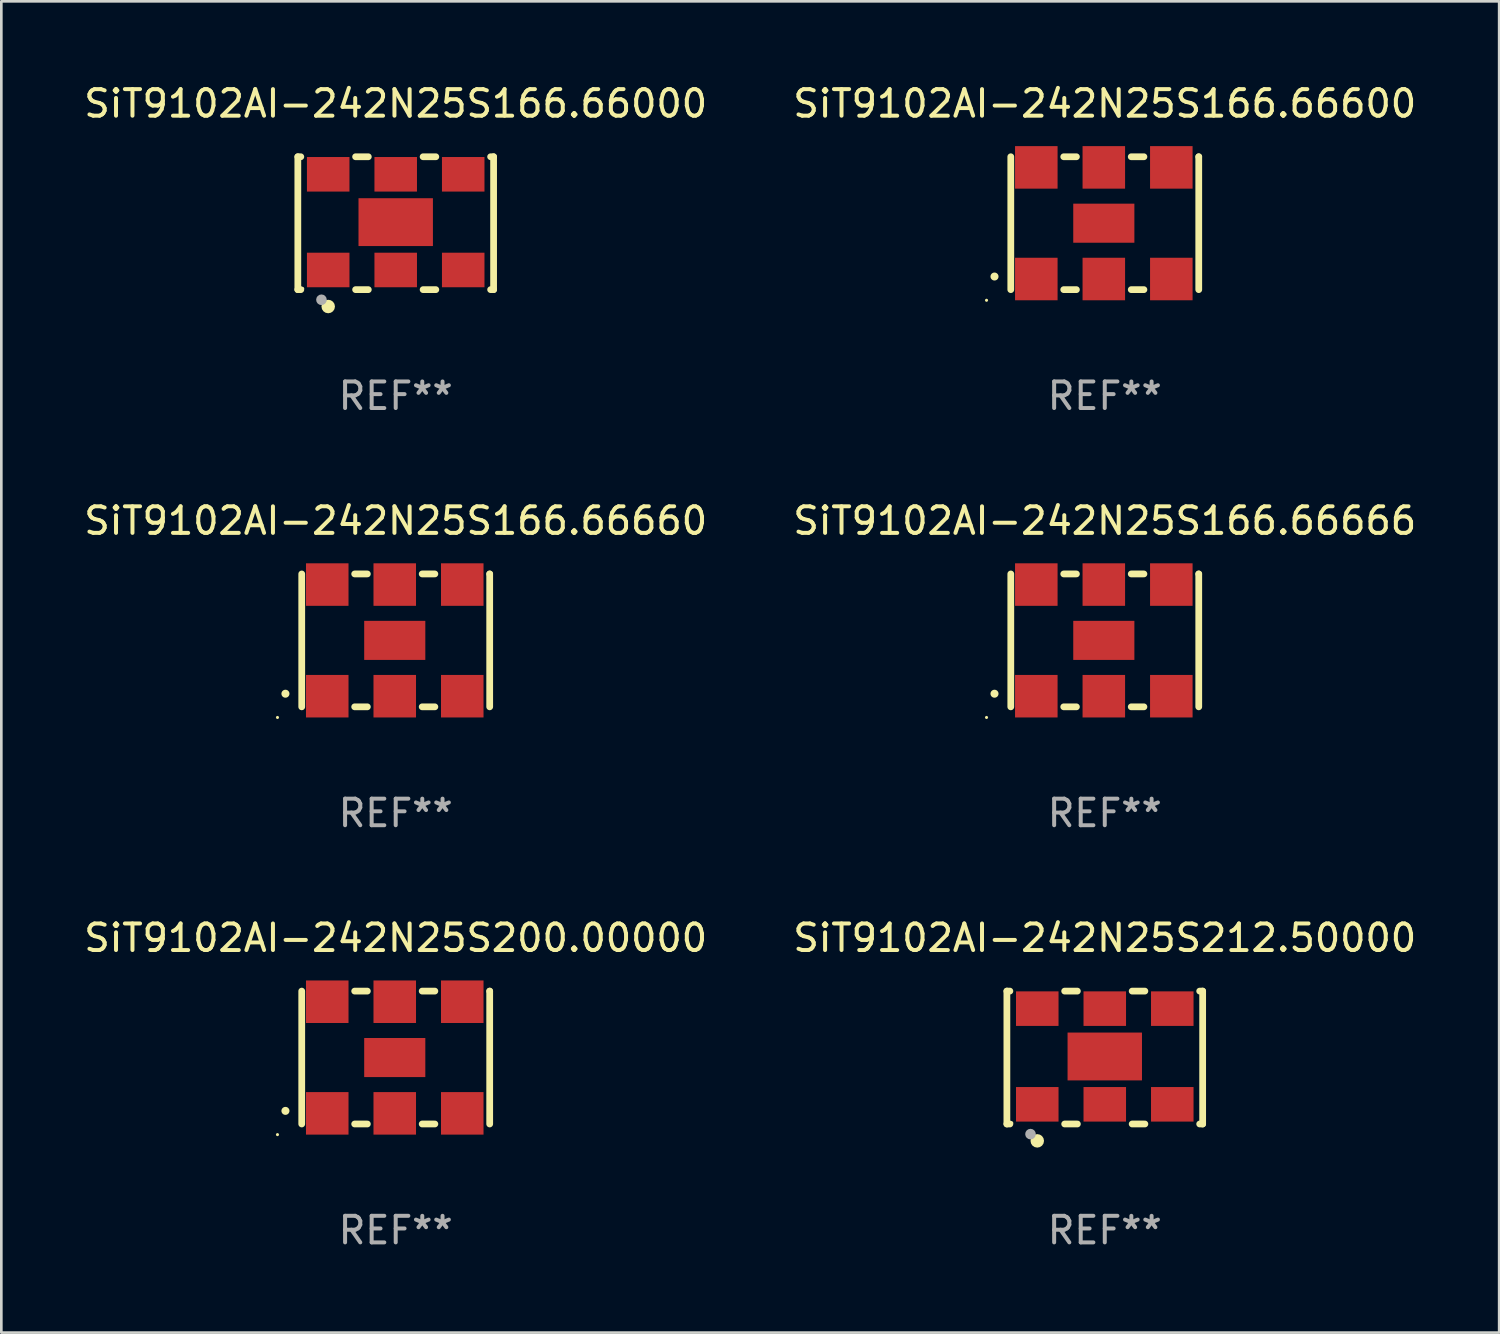
<source format=kicad_pcb>
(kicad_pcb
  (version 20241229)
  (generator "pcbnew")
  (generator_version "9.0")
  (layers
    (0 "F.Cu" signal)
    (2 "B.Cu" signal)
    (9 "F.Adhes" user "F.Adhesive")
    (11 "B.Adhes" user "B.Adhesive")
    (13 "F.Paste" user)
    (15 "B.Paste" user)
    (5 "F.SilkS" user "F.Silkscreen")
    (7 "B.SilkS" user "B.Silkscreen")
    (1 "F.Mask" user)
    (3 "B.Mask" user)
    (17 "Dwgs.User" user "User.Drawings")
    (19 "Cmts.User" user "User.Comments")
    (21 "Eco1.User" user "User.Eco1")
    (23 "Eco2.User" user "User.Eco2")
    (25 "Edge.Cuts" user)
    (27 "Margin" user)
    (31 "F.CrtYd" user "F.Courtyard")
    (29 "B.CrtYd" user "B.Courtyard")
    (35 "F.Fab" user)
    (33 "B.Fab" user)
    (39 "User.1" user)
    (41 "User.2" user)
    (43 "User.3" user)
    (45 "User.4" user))
  (footprint "SiT9102AI-242N25S166.66660"
    (layer "F.Cu")
    (at 11.839 21.045)
    (property "Reference" "SiT9102AI-242N25S166.66660" (at 0 -4.5 0) (layer "F.SilkS") (effects (font (size 1 1) (thickness 0.15))))
    (attr through_hole)
    (fp_line (start -3.536 -2.5) (end -3.536 2.5) (stroke (width 0.254) (type solid)) (layer "F.SilkS"))
    (fp_line (start -1.544 2.5) (end -1.067 2.5) (stroke (width 0.254) (type solid)) (layer "F.SilkS"))
    (fp_line (start -1.067 -2.5) (end -1.544 -2.5) (stroke (width 0.254) (type solid)) (layer "F.SilkS"))
    (fp_line (start 0.996 2.5) (end 1.473 2.5) (stroke (width 0.254) (type solid)) (layer "F.SilkS"))
    (fp_line (start 1.473 -2.5) (end 0.996 -2.5) (stroke (width 0.254) (type solid)) (layer "F.SilkS"))
    (fp_line (start 3.536 -2.5) (end 3.536 -2.5) (stroke (width 0.254) (type solid)) (layer "F.SilkS"))
    (fp_line (start 3.536 2.5) (end 3.536 -2.5) (stroke (width 0.254) (type solid)) (layer "F.SilkS"))
    (fp_arc (start -4.150432 2.006604) (mid -4.149162 2.006599) (end -4.147892 2.006604) (stroke (width 0.3) (type solid)) (layer "F.SilkS"))
    (fp_circle (center -4.449 2.9) (end -4.419 2.9) (stroke (width 0.06) (type solid)) (fill no) (layer "F.SilkS"))
    (fp_text user "REF**" (at 0 6.5 0) (layer "F.Fab") (effects (font (size 1 1) (thickness 0.15))))
    (pad "1" smd rect (at -2.576 2.1) (size 1.6 1.6) (layers "F.Cu" "F.Mask" "F.Paste"))
    (pad "2" smd rect (at -0.036 2.1) (size 1.6 1.6) (layers "F.Cu" "F.Mask" "F.Paste"))
    (pad "3" smd rect (at 2.504 2.1) (size 1.6 1.6) (layers "F.Cu" "F.Mask" "F.Paste"))
    (pad "4" smd rect (at 2.504 -2.1) (size 1.6 1.6) (layers "F.Cu" "F.Mask" "F.Paste"))
    (pad "5" smd rect (at -0.036 -2.1) (size 1.6 1.6) (layers "F.Cu" "F.Mask" "F.Paste"))
    (pad "6" smd rect (at -2.576 -2.1) (size 1.6 1.6) (layers "F.Cu" "F.Mask" "F.Paste"))
    (pad "7" smd rect (at -0.036 0) (size 2.3 1.47) (layers "F.Cu" "F.Mask" "F.Paste")))
  (footprint "SiT9102AI-242N25S166.66600"
    (layer "F.Cu")
    (at 38.518 5.348)
    (property "Reference" "SiT9102AI-242N25S166.66600" (at 0 -4.5 0) (layer "F.SilkS") (effects (font (size 1 1) (thickness 0.15))))
    (attr through_hole)
    (fp_line (start -3.536 -2.5) (end -3.536 2.5) (stroke (width 0.254) (type solid)) (layer "F.SilkS"))
    (fp_line (start -1.544 2.5) (end -1.067 2.5) (stroke (width 0.254) (type solid)) (layer "F.SilkS"))
    (fp_line (start -1.067 -2.5) (end -1.544 -2.5) (stroke (width 0.254) (type solid)) (layer "F.SilkS"))
    (fp_line (start 0.996 2.5) (end 1.473 2.5) (stroke (width 0.254) (type solid)) (layer "F.SilkS"))
    (fp_line (start 1.473 -2.5) (end 0.996 -2.5) (stroke (width 0.254) (type solid)) (layer "F.SilkS"))
    (fp_line (start 3.536 -2.5) (end 3.536 -2.5) (stroke (width 0.254) (type solid)) (layer "F.SilkS"))
    (fp_line (start 3.536 2.5) (end 3.536 -2.5) (stroke (width 0.254) (type solid)) (layer "F.SilkS"))
    (fp_arc (start -4.150432 2.006604) (mid -4.149162 2.006599) (end -4.147892 2.006604) (stroke (width 0.3) (type solid)) (layer "F.SilkS"))
    (fp_circle (center -4.449 2.9) (end -4.419 2.9) (stroke (width 0.06) (type solid)) (fill no) (layer "F.SilkS"))
    (fp_text user "REF**" (at 0 6.5 0) (layer "F.Fab") (effects (font (size 1 1) (thickness 0.15))))
    (pad "1" smd rect (at -2.576 2.1) (size 1.6 1.6) (layers "F.Cu" "F.Mask" "F.Paste"))
    (pad "2" smd rect (at -0.036 2.1) (size 1.6 1.6) (layers "F.Cu" "F.Mask" "F.Paste"))
    (pad "3" smd rect (at 2.504 2.1) (size 1.6 1.6) (layers "F.Cu" "F.Mask" "F.Paste"))
    (pad "4" smd rect (at 2.504 -2.1) (size 1.6 1.6) (layers "F.Cu" "F.Mask" "F.Paste"))
    (pad "5" smd rect (at -0.036 -2.1) (size 1.6 1.6) (layers "F.Cu" "F.Mask" "F.Paste"))
    (pad "6" smd rect (at -2.576 -2.1) (size 1.6 1.6) (layers "F.Cu" "F.Mask" "F.Paste"))
    (pad "7" smd rect (at -0.036 0) (size 2.3 1.47) (layers "F.Cu" "F.Mask" "F.Paste")))
  (footprint "SiT9102AI-242N25S166.66000"
    (layer "F.Cu")
    (at 11.839 5.348)
    (property "Reference" "SiT9102AI-242N25S166.66000" (at 0 -4.5 0) (layer "F.SilkS") (effects (font (size 1 1) (thickness 0.15))))
    (attr through_hole)
    (fp_line (start -3.683 -2.5) (end -3.571 -2.5) (stroke (width 0.254) (type solid)) (layer "F.SilkS"))
    (fp_line (start -3.683 2.5) (end -3.683 -2.5) (stroke (width 0.254) (type solid)) (layer "F.SilkS"))
    (fp_line (start -3.683 2.5) (end -3.571 2.5) (stroke (width 0.254) (type solid)) (layer "F.SilkS"))
    (fp_line (start -1.509 -2.5) (end -1.031 -2.5) (stroke (width 0.254) (type solid)) (layer "F.SilkS"))
    (fp_line (start -1.509 2.5) (end -1.031 2.5) (stroke (width 0.254) (type solid)) (layer "F.SilkS"))
    (fp_line (start 1.031 -2.5) (end 1.509 -2.5) (stroke (width 0.254) (type solid)) (layer "F.SilkS"))
    (fp_line (start 1.031 2.5) (end 1.509 2.5) (stroke (width 0.254) (type solid)) (layer "F.SilkS"))
    (fp_line (start 3.571 -2.5) (end 3.683 -2.5) (stroke (width 0.254) (type solid)) (layer "F.SilkS"))
    (fp_line (start 3.571 2.5) (end 3.683 2.5) (stroke (width 0.254) (type solid)) (layer "F.SilkS"))
    (fp_line (start 3.683 2.5) (end 3.683 -2.5) (stroke (width 0.254) (type solid)) (layer "F.SilkS"))
    (fp_circle (center -3.5 2.46) (end -3.47 2.46) (stroke (width 0.06) (type solid)) (fill no) (layer "F.SilkS"))
    (fp_circle (center -2.54 3.135) (end -2.413 3.135) (stroke (width 0.254) (type solid)) (fill no) (layer "F.SilkS"))
    (fp_circle (center -2.794 2.881) (end -2.694 2.881) (stroke (width 0.2) (type solid)) (fill no) (layer "F.Fab"))
    (fp_text user "REF**" (at 0 6.5 0) (layer "F.Fab") (effects (font (size 1 1) (thickness 0.15))))
    (pad "1" smd rect (at -2.54 1.76) (size 1.6 1.3) (layers "F.Cu" "F.Mask" "F.Paste"))
    (pad "2" smd rect (at 0 1.76) (size 1.6 1.3) (layers "F.Cu" "F.Mask" "F.Paste"))
    (pad "3" smd rect (at 2.54 1.76) (size 1.6 1.3) (layers "F.Cu" "F.Mask" "F.Paste"))
    (pad "4" smd rect (at 2.54 -1.84) (size 1.6 1.3) (layers "F.Cu" "F.Mask" "F.Paste"))
    (pad "5" smd rect (at 0 -1.84) (size 1.6 1.3) (layers "F.Cu" "F.Mask" "F.Paste"))
    (pad "6" smd rect (at -2.54 -1.84) (size 1.6 1.3) (layers "F.Cu" "F.Mask" "F.Paste"))
    (pad "7" smd rect (at 0 -0.04) (size 2.8 1.8) (layers "F.Cu" "F.Mask" "F.Paste")))
  (footprint "SiT9102AI-242N25S212.50000"
    (layer "F.Cu")
    (at 38.518 36.741)
    (property "Reference" "SiT9102AI-242N25S212.50000" (at 0 -4.5 0) (layer "F.SilkS") (effects (font (size 1 1) (thickness 0.15))))
    (attr through_hole)
    (fp_line (start -3.683 -2.5) (end -3.571 -2.5) (stroke (width 0.254) (type solid)) (layer "F.SilkS"))
    (fp_line (start -3.683 2.5) (end -3.683 -2.5) (stroke (width 0.254) (type solid)) (layer "F.SilkS"))
    (fp_line (start -3.683 2.5) (end -3.571 2.5) (stroke (width 0.254) (type solid)) (layer "F.SilkS"))
    (fp_line (start -1.509 -2.5) (end -1.031 -2.5) (stroke (width 0.254) (type solid)) (layer "F.SilkS"))
    (fp_line (start -1.509 2.5) (end -1.031 2.5) (stroke (width 0.254) (type solid)) (layer "F.SilkS"))
    (fp_line (start 1.031 -2.5) (end 1.509 -2.5) (stroke (width 0.254) (type solid)) (layer "F.SilkS"))
    (fp_line (start 1.031 2.5) (end 1.509 2.5) (stroke (width 0.254) (type solid)) (layer "F.SilkS"))
    (fp_line (start 3.571 -2.5) (end 3.683 -2.5) (stroke (width 0.254) (type solid)) (layer "F.SilkS"))
    (fp_line (start 3.571 2.5) (end 3.683 2.5) (stroke (width 0.254) (type solid)) (layer "F.SilkS"))
    (fp_line (start 3.683 2.5) (end 3.683 -2.5) (stroke (width 0.254) (type solid)) (layer "F.SilkS"))
    (fp_circle (center -3.5 2.46) (end -3.47 2.46) (stroke (width 0.06) (type solid)) (fill no) (layer "F.SilkS"))
    (fp_circle (center -2.54 3.135) (end -2.413 3.135) (stroke (width 0.254) (type solid)) (fill no) (layer "F.SilkS"))
    (fp_circle (center -2.794 2.881) (end -2.694 2.881) (stroke (width 0.2) (type solid)) (fill no) (layer "F.Fab"))
    (fp_text user "REF**" (at 0 6.5 0) (layer "F.Fab") (effects (font (size 1 1) (thickness 0.15))))
    (pad "1" smd rect (at -2.54 1.76) (size 1.6 1.3) (layers "F.Cu" "F.Mask" "F.Paste"))
    (pad "2" smd rect (at 0 1.76) (size 1.6 1.3) (layers "F.Cu" "F.Mask" "F.Paste"))
    (pad "3" smd rect (at 2.54 1.76) (size 1.6 1.3) (layers "F.Cu" "F.Mask" "F.Paste"))
    (pad "4" smd rect (at 2.54 -1.84) (size 1.6 1.3) (layers "F.Cu" "F.Mask" "F.Paste"))
    (pad "5" smd rect (at 0 -1.84) (size 1.6 1.3) (layers "F.Cu" "F.Mask" "F.Paste"))
    (pad "6" smd rect (at -2.54 -1.84) (size 1.6 1.3) (layers "F.Cu" "F.Mask" "F.Paste"))
    (pad "7" smd rect (at 0 -0.04) (size 2.8 1.8) (layers "F.Cu" "F.Mask" "F.Paste")))
  (footprint "SiT9102AI-242N25S200.00000"
    (layer "F.Cu")
    (at 11.839 36.741)
    (property "Reference" "SiT9102AI-242N25S200.00000" (at 0 -4.5 0) (layer "F.SilkS") (effects (font (size 1 1) (thickness 0.15))))
    (attr through_hole)
    (fp_line (start -3.536 -2.5) (end -3.536 2.5) (stroke (width 0.254) (type solid)) (layer "F.SilkS"))
    (fp_line (start -1.544 2.5) (end -1.067 2.5) (stroke (width 0.254) (type solid)) (layer "F.SilkS"))
    (fp_line (start -1.067 -2.5) (end -1.544 -2.5) (stroke (width 0.254) (type solid)) (layer "F.SilkS"))
    (fp_line (start 0.996 2.5) (end 1.473 2.5) (stroke (width 0.254) (type solid)) (layer "F.SilkS"))
    (fp_line (start 1.473 -2.5) (end 0.996 -2.5) (stroke (width 0.254) (type solid)) (layer "F.SilkS"))
    (fp_line (start 3.536 -2.5) (end 3.536 -2.5) (stroke (width 0.254) (type solid)) (layer "F.SilkS"))
    (fp_line (start 3.536 2.5) (end 3.536 -2.5) (stroke (width 0.254) (type solid)) (layer "F.SilkS"))
    (fp_arc (start -4.150432 2.006604) (mid -4.149162 2.006599) (end -4.147892 2.006604) (stroke (width 0.3) (type solid)) (layer "F.SilkS"))
    (fp_circle (center -4.449 2.9) (end -4.419 2.9) (stroke (width 0.06) (type solid)) (fill no) (layer "F.SilkS"))
    (fp_text user "REF**" (at 0 6.5 0) (layer "F.Fab") (effects (font (size 1 1) (thickness 0.15))))
    (pad "1" smd rect (at -2.576 2.1) (size 1.6 1.6) (layers "F.Cu" "F.Mask" "F.Paste"))
    (pad "2" smd rect (at -0.036 2.1) (size 1.6 1.6) (layers "F.Cu" "F.Mask" "F.Paste"))
    (pad "3" smd rect (at 2.504 2.1) (size 1.6 1.6) (layers "F.Cu" "F.Mask" "F.Paste"))
    (pad "4" smd rect (at 2.504 -2.1) (size 1.6 1.6) (layers "F.Cu" "F.Mask" "F.Paste"))
    (pad "5" smd rect (at -0.036 -2.1) (size 1.6 1.6) (layers "F.Cu" "F.Mask" "F.Paste"))
    (pad "6" smd rect (at -2.576 -2.1) (size 1.6 1.6) (layers "F.Cu" "F.Mask" "F.Paste"))
    (pad "7" smd rect (at -0.036 0) (size 2.3 1.47) (layers "F.Cu" "F.Mask" "F.Paste")))
  (footprint "SiT9102AI-242N25S166.66666"
    (layer "F.Cu")
    (at 38.518 21.045)
    (property "Reference" "SiT9102AI-242N25S166.66666" (at 0 -4.5 0) (layer "F.SilkS") (effects (font (size 1 1) (thickness 0.15))))
    (attr through_hole)
    (fp_line (start -3.536 -2.5) (end -3.536 2.5) (stroke (width 0.254) (type solid)) (layer "F.SilkS"))
    (fp_line (start -1.544 2.5) (end -1.067 2.5) (stroke (width 0.254) (type solid)) (layer "F.SilkS"))
    (fp_line (start -1.067 -2.5) (end -1.544 -2.5) (stroke (width 0.254) (type solid)) (layer "F.SilkS"))
    (fp_line (start 0.996 2.5) (end 1.473 2.5) (stroke (width 0.254) (type solid)) (layer "F.SilkS"))
    (fp_line (start 1.473 -2.5) (end 0.996 -2.5) (stroke (width 0.254) (type solid)) (layer "F.SilkS"))
    (fp_line (start 3.536 -2.5) (end 3.536 -2.5) (stroke (width 0.254) (type solid)) (layer "F.SilkS"))
    (fp_line (start 3.536 2.5) (end 3.536 -2.5) (stroke (width 0.254) (type solid)) (layer "F.SilkS"))
    (fp_arc (start -4.150432 2.006604) (mid -4.149162 2.006599) (end -4.147892 2.006604) (stroke (width 0.3) (type solid)) (layer "F.SilkS"))
    (fp_circle (center -4.449 2.9) (end -4.419 2.9) (stroke (width 0.06) (type solid)) (fill no) (layer "F.SilkS"))
    (fp_text user "REF**" (at 0 6.5 0) (layer "F.Fab") (effects (font (size 1 1) (thickness 0.15))))
    (pad "1" smd rect (at -2.576 2.1) (size 1.6 1.6) (layers "F.Cu" "F.Mask" "F.Paste"))
    (pad "2" smd rect (at -0.036 2.1) (size 1.6 1.6) (layers "F.Cu" "F.Mask" "F.Paste"))
    (pad "3" smd rect (at 2.504 2.1) (size 1.6 1.6) (layers "F.Cu" "F.Mask" "F.Paste"))
    (pad "4" smd rect (at 2.504 -2.1) (size 1.6 1.6) (layers "F.Cu" "F.Mask" "F.Paste"))
    (pad "5" smd rect (at -0.036 -2.1) (size 1.6 1.6) (layers "F.Cu" "F.Mask" "F.Paste"))
    (pad "6" smd rect (at -2.576 -2.1) (size 1.6 1.6) (layers "F.Cu" "F.Mask" "F.Paste"))
    (pad "7" smd rect (at -0.036 0) (size 2.3 1.47) (layers "F.Cu" "F.Mask" "F.Paste")))
  (gr_rect
    (start -3 -3)
    (end 53.357 47.09)
    (stroke (width 0.1) (type default))
    (fill no)
    (layer "Edge.Cuts")))
</source>
